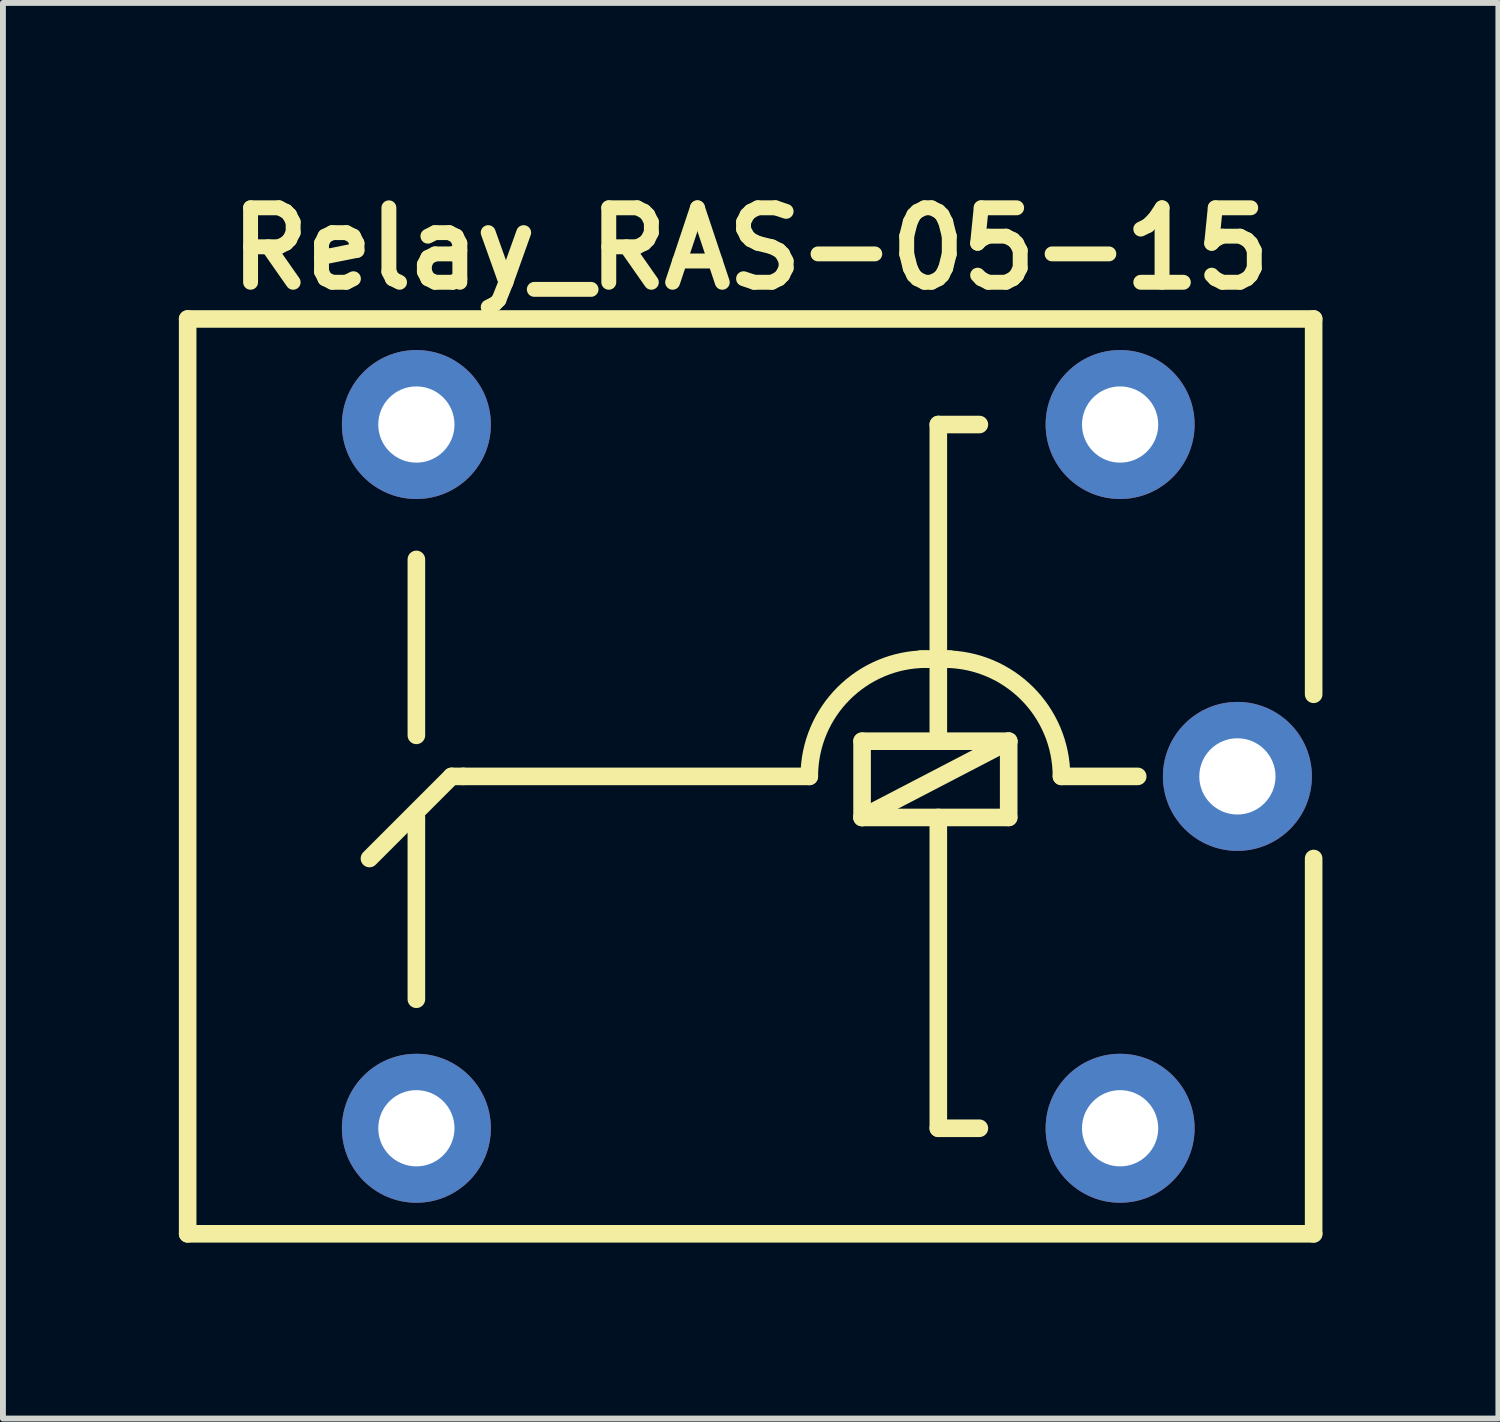
<source format=kicad_pcb>
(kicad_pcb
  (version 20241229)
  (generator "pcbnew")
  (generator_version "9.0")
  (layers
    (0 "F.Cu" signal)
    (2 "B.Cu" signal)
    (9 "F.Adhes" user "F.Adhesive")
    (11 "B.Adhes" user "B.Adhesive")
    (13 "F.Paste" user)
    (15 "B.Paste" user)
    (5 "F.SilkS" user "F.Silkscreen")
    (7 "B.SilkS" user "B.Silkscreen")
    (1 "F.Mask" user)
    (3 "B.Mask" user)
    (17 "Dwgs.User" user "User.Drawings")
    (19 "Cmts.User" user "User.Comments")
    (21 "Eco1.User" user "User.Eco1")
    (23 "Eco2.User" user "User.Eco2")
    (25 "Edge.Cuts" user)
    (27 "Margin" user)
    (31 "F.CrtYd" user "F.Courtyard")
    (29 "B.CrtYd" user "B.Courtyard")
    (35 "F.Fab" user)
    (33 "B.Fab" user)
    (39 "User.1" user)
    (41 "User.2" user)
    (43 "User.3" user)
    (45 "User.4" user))
  (footprint "Relay_RAS-05-15"
    (layer "F.Cu")
    (at 9.75 10.189)
    (property "Reference" "Relay_RAS-05-15" (at 0 -9 0) (layer "F.SilkS") (effects (font (size 1.27 1.27) (thickness 0.254))))
    (attr through_hole)
    (fp_line (start -9.6 -7.8) (end -9.6 7.8) (stroke (width 0.3) (type solid)) (layer "F.SilkS"))
    (fp_line (start -9.6 7.8) (end 9.6 7.8) (stroke (width 0.3) (type solid)) (layer "F.SilkS"))
    (fp_line (start -5.7 -3.7) (end -5.7 -0.7) (stroke (width 0.3) (type solid)) (layer "F.SilkS"))
    (fp_line (start -5.7 3.8) (end -5.7 0.7) (stroke (width 0.3) (type solid)) (layer "F.SilkS"))
    (fp_line (start -5.1 0) (end -6.5 1.4) (stroke (width 0.3) (type solid)) (layer "F.SilkS"))
    (fp_line (start -4.9 0) (end -5.1 0) (stroke (width 0.3) (type solid)) (layer "F.SilkS"))
    (fp_line (start 1 0) (end -4.9 0) (stroke (width 0.3) (type solid)) (layer "F.SilkS"))
    (fp_line (start 1.9 -0.6) (end 1.9 0.7) (stroke (width 0.3) (type solid)) (layer "F.SilkS"))
    (fp_line (start 1.9 0.7) (end 4.4 -0.6) (stroke (width 0.3) (type solid)) (layer "F.SilkS"))
    (fp_line (start 1.9 0.7) (end 4.4 0.7) (stroke (width 0.3) (type solid)) (layer "F.SilkS"))
    (fp_line (start 2.9 -2) (end 3.4 -2) (stroke (width 0.3) (type solid)) (layer "F.SilkS"))
    (fp_line (start 3.2 -6) (end 3.2 -0.6) (stroke (width 0.3) (type solid)) (layer "F.SilkS"))
    (fp_line (start 3.2 6) (end 3.2 0.7) (stroke (width 0.3) (type solid)) (layer "F.SilkS"))
    (fp_line (start 3.9 -6) (end 3.2 -6) (stroke (width 0.3) (type solid)) (layer "F.SilkS"))
    (fp_line (start 3.9 6) (end 3.2 6) (stroke (width 0.3) (type solid)) (layer "F.SilkS"))
    (fp_line (start 4.4 -0.6) (end 1.9 -0.6) (stroke (width 0.3) (type solid)) (layer "F.SilkS"))
    (fp_line (start 4.4 0.7) (end 4.4 -0.6) (stroke (width 0.3) (type solid)) (layer "F.SilkS"))
    (fp_line (start 6.6 0) (end 5.3 0) (stroke (width 0.3) (type solid)) (layer "F.SilkS"))
    (fp_line (start 9.6 -7.8) (end -9.6 -7.8) (stroke (width 0.3) (type solid)) (layer "F.SilkS"))
    (fp_line (start 9.6 -7.8) (end 9.6 -1.4) (stroke (width 0.3) (type solid)) (layer "F.SilkS"))
    (fp_line (start 9.6 1.4) (end 9.6 7.8) (stroke (width 0.3) (type solid)) (layer "F.SilkS"))
    (fp_arc (start 1 0) (mid 1.585786 -1.414214) (end 3 -2) (stroke (width 0.3) (type solid)) (layer "F.SilkS"))
    (fp_arc (start 3.3 -2) (mid 4.714214 -1.414214) (end 5.3 0) (stroke (width 0.3) (type solid)) (layer "F.SilkS"))
    (pad "1" thru_hole circle (at 6.3 -6) (size 2.54 2.54) (drill 1.3) (layers "*.Cu" "*.Mask"))
    (pad "2" thru_hole circle (at 6.3 6) (size 2.54 2.54) (drill 1.3) (layers "*.Cu" "*.Mask"))
    (pad "COM0" thru_hole circle (at 8.3 0) (size 2.54 2.54) (drill 1.3) (layers "*.Cu" "*.Mask"))
    (pad "NC0" thru_hole circle (at -5.7 6) (size 2.54 2.54) (drill 1.3) (layers "*.Cu" "*.Mask"))
    (pad "NO0" thru_hole circle (at -5.7 -6) (size 2.54 2.54) (drill 1.3) (layers "*.Cu" "*.Mask")))
  (gr_rect
    (start -3 -3)
    (end 22.5 21.139)
    (stroke (width 0.1) (type default))
    (fill no)
    (layer "Edge.Cuts")))
</source>
